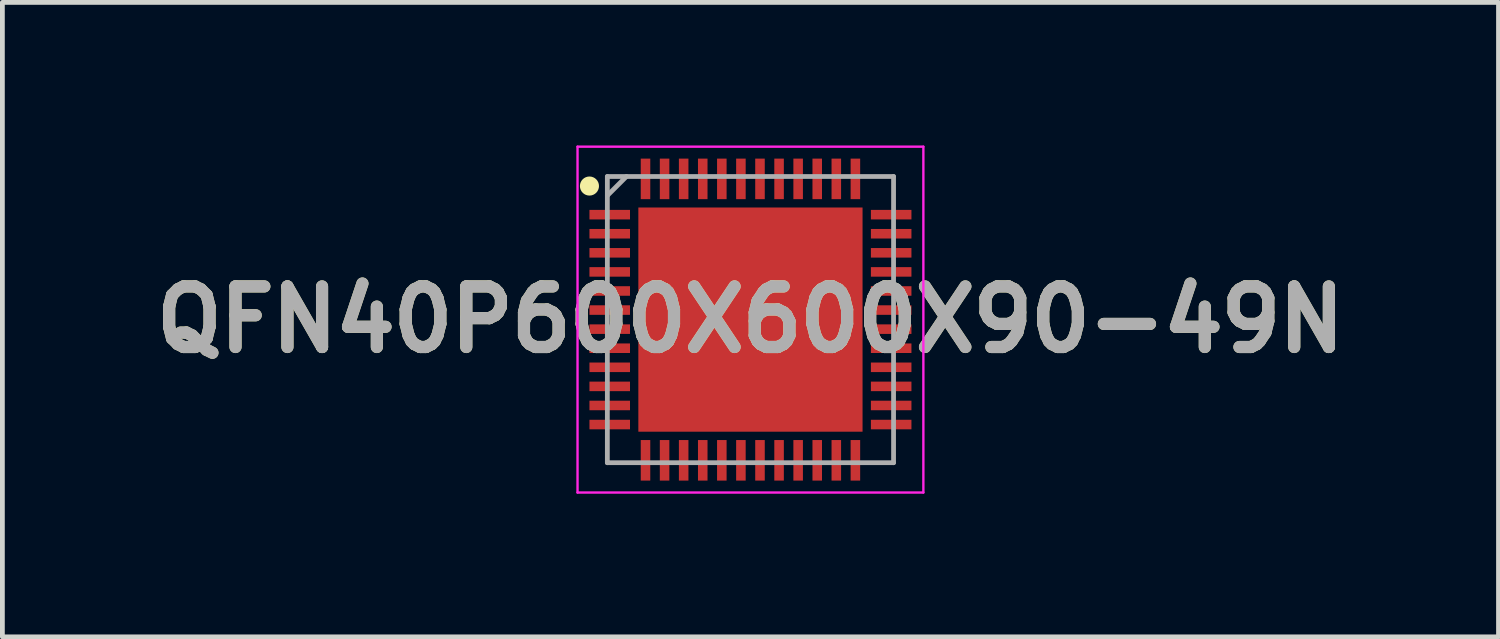
<source format=kicad_pcb>
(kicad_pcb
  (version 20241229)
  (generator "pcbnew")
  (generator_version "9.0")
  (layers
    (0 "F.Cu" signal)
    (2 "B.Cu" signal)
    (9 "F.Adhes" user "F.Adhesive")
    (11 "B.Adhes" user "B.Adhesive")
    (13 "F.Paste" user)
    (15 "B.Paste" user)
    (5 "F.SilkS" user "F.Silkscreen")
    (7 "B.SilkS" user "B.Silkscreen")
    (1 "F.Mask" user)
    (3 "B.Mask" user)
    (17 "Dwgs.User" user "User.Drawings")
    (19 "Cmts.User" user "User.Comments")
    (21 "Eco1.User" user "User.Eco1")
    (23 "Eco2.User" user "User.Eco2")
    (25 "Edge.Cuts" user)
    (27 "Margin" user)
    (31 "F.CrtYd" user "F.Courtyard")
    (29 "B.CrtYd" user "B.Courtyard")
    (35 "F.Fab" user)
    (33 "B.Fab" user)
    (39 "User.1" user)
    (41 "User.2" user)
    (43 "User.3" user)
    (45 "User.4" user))
  (footprint "QFN40P600X600X90-49N"
    (layer "F.Cu")
    (at 12.682 3.65)
    (property "Reference" "QFN40P600X600X90-49N" (at 0 0 0) (layer "F.SilkS") (effects (font (size 1.27 1.27) (thickness 0.254))))
    (attr smd)
    (fp_circle (center -3.375 -2.8) (end -3.375 -2.7) (stroke (width 0.2) (type solid)) (fill no) (layer "F.SilkS"))
    (fp_line (start -3.625 -3.625) (end 3.625 -3.625) (stroke (width 0.05) (type solid)) (layer "F.CrtYd"))
    (fp_line (start -3.625 3.625) (end -3.625 -3.625) (stroke (width 0.05) (type solid)) (layer "F.CrtYd"))
    (fp_line (start 3.625 -3.625) (end 3.625 3.625) (stroke (width 0.05) (type solid)) (layer "F.CrtYd"))
    (fp_line (start 3.625 3.625) (end -3.625 3.625) (stroke (width 0.05) (type solid)) (layer "F.CrtYd"))
    (fp_line (start -3 -3) (end 3 -3) (stroke (width 0.1) (type solid)) (layer "F.Fab"))
    (fp_line (start -3 -2.6) (end -2.6 -3) (stroke (width 0.1) (type solid)) (layer "F.Fab"))
    (fp_line (start -3 3) (end -3 -3) (stroke (width 0.1) (type solid)) (layer "F.Fab"))
    (fp_line (start 3 -3) (end 3 3) (stroke (width 0.1) (type solid)) (layer "F.Fab"))
    (fp_line (start 3 3) (end -3 3) (stroke (width 0.1) (type solid)) (layer "F.Fab"))
    (fp_text user "${REFERENCE}" (at 0 0 0) (layer "F.Fab") (effects (font (size 1.27 1.27) (thickness 0.254))))
    (pad "1" smd rect (at -2.95 -2.2 90) (size 0.2 0.85) (layers "F.Cu" "F.Mask" "F.Paste"))
    (pad "2" smd rect (at -2.95 -1.8 90) (size 0.2 0.85) (layers "F.Cu" "F.Mask" "F.Paste"))
    (pad "3" smd rect (at -2.95 -1.4 90) (size 0.2 0.85) (layers "F.Cu" "F.Mask" "F.Paste"))
    (pad "4" smd rect (at -2.95 -1 90) (size 0.2 0.85) (layers "F.Cu" "F.Mask" "F.Paste"))
    (pad "5" smd rect (at -2.95 -0.6 90) (size 0.2 0.85) (layers "F.Cu" "F.Mask" "F.Paste"))
    (pad "6" smd rect (at -2.95 -0.2 90) (size 0.2 0.85) (layers "F.Cu" "F.Mask" "F.Paste"))
    (pad "7" smd rect (at -2.95 0.2 90) (size 0.2 0.85) (layers "F.Cu" "F.Mask" "F.Paste"))
    (pad "8" smd rect (at -2.95 0.6 90) (size 0.2 0.85) (layers "F.Cu" "F.Mask" "F.Paste"))
    (pad "9" smd rect (at -2.95 1 90) (size 0.2 0.85) (layers "F.Cu" "F.Mask" "F.Paste"))
    (pad "10" smd rect (at -2.95 1.4 90) (size 0.2 0.85) (layers "F.Cu" "F.Mask" "F.Paste"))
    (pad "11" smd rect (at -2.95 1.8 90) (size 0.2 0.85) (layers "F.Cu" "F.Mask" "F.Paste"))
    (pad "12" smd rect (at -2.95 2.2 90) (size 0.2 0.85) (layers "F.Cu" "F.Mask" "F.Paste"))
    (pad "13" smd rect (at -2.2 2.95) (size 0.2 0.85) (layers "F.Cu" "F.Mask" "F.Paste"))
    (pad "14" smd rect (at -1.8 2.95) (size 0.2 0.85) (layers "F.Cu" "F.Mask" "F.Paste"))
    (pad "15" smd rect (at -1.4 2.95) (size 0.2 0.85) (layers "F.Cu" "F.Mask" "F.Paste"))
    (pad "16" smd rect (at -1 2.95) (size 0.2 0.85) (layers "F.Cu" "F.Mask" "F.Paste"))
    (pad "17" smd rect (at -0.6 2.95) (size 0.2 0.85) (layers "F.Cu" "F.Mask" "F.Paste"))
    (pad "18" smd rect (at -0.2 2.95) (size 0.2 0.85) (layers "F.Cu" "F.Mask" "F.Paste"))
    (pad "19" smd rect (at 0.2 2.95) (size 0.2 0.85) (layers "F.Cu" "F.Mask" "F.Paste"))
    (pad "20" smd rect (at 0.6 2.95) (size 0.2 0.85) (layers "F.Cu" "F.Mask" "F.Paste"))
    (pad "21" smd rect (at 1 2.95) (size 0.2 0.85) (layers "F.Cu" "F.Mask" "F.Paste"))
    (pad "22" smd rect (at 1.4 2.95) (size 0.2 0.85) (layers "F.Cu" "F.Mask" "F.Paste"))
    (pad "23" smd rect (at 1.8 2.95) (size 0.2 0.85) (layers "F.Cu" "F.Mask" "F.Paste"))
    (pad "24" smd rect (at 2.2 2.95) (size 0.2 0.85) (layers "F.Cu" "F.Mask" "F.Paste"))
    (pad "25" smd rect (at 2.95 2.2 90) (size 0.2 0.85) (layers "F.Cu" "F.Mask" "F.Paste"))
    (pad "26" smd rect (at 2.95 1.8 90) (size 0.2 0.85) (layers "F.Cu" "F.Mask" "F.Paste"))
    (pad "27" smd rect (at 2.95 1.4 90) (size 0.2 0.85) (layers "F.Cu" "F.Mask" "F.Paste"))
    (pad "28" smd rect (at 2.95 1 90) (size 0.2 0.85) (layers "F.Cu" "F.Mask" "F.Paste"))
    (pad "29" smd rect (at 2.95 0.6 90) (size 0.2 0.85) (layers "F.Cu" "F.Mask" "F.Paste"))
    (pad "30" smd rect (at 2.95 0.2 90) (size 0.2 0.85) (layers "F.Cu" "F.Mask" "F.Paste"))
    (pad "31" smd rect (at 2.95 -0.2 90) (size 0.2 0.85) (layers "F.Cu" "F.Mask" "F.Paste"))
    (pad "32" smd rect (at 2.95 -0.6 90) (size 0.2 0.85) (layers "F.Cu" "F.Mask" "F.Paste"))
    (pad "33" smd rect (at 2.95 -1 90) (size 0.2 0.85) (layers "F.Cu" "F.Mask" "F.Paste"))
    (pad "34" smd rect (at 2.95 -1.4 90) (size 0.2 0.85) (layers "F.Cu" "F.Mask" "F.Paste"))
    (pad "35" smd rect (at 2.95 -1.8 90) (size 0.2 0.85) (layers "F.Cu" "F.Mask" "F.Paste"))
    (pad "36" smd rect (at 2.95 -2.2 90) (size 0.2 0.85) (layers "F.Cu" "F.Mask" "F.Paste"))
    (pad "37" smd rect (at 2.2 -2.95) (size 0.2 0.85) (layers "F.Cu" "F.Mask" "F.Paste"))
    (pad "38" smd rect (at 1.8 -2.95) (size 0.2 0.85) (layers "F.Cu" "F.Mask" "F.Paste"))
    (pad "39" smd rect (at 1.4 -2.95) (size 0.2 0.85) (layers "F.Cu" "F.Mask" "F.Paste"))
    (pad "40" smd rect (at 1 -2.95) (size 0.2 0.85) (layers "F.Cu" "F.Mask" "F.Paste"))
    (pad "41" smd rect (at 0.6 -2.95) (size 0.2 0.85) (layers "F.Cu" "F.Mask" "F.Paste"))
    (pad "42" smd rect (at 0.2 -2.95) (size 0.2 0.85) (layers "F.Cu" "F.Mask" "F.Paste"))
    (pad "43" smd rect (at -0.2 -2.95) (size 0.2 0.85) (layers "F.Cu" "F.Mask" "F.Paste"))
    (pad "44" smd rect (at -0.6 -2.95) (size 0.2 0.85) (layers "F.Cu" "F.Mask" "F.Paste"))
    (pad "45" smd rect (at -1 -2.95) (size 0.2 0.85) (layers "F.Cu" "F.Mask" "F.Paste"))
    (pad "46" smd rect (at -1.4 -2.95) (size 0.2 0.85) (layers "F.Cu" "F.Mask" "F.Paste"))
    (pad "47" smd rect (at -1.8 -2.95) (size 0.2 0.85) (layers "F.Cu" "F.Mask" "F.Paste"))
    (pad "48" smd rect (at -2.2 -2.95) (size 0.2 0.85) (layers "F.Cu" "F.Mask" "F.Paste"))
    (pad "49" smd rect (at 0 0) (size 4.7 4.7) (layers "F.Cu" "F.Mask" "F.Paste")))
  (gr_rect
    (start -3 -3)
    (end 28.364 10.3)
    (stroke (width 0.1) (type default))
    (fill no)
    (layer "Edge.Cuts")))
</source>
